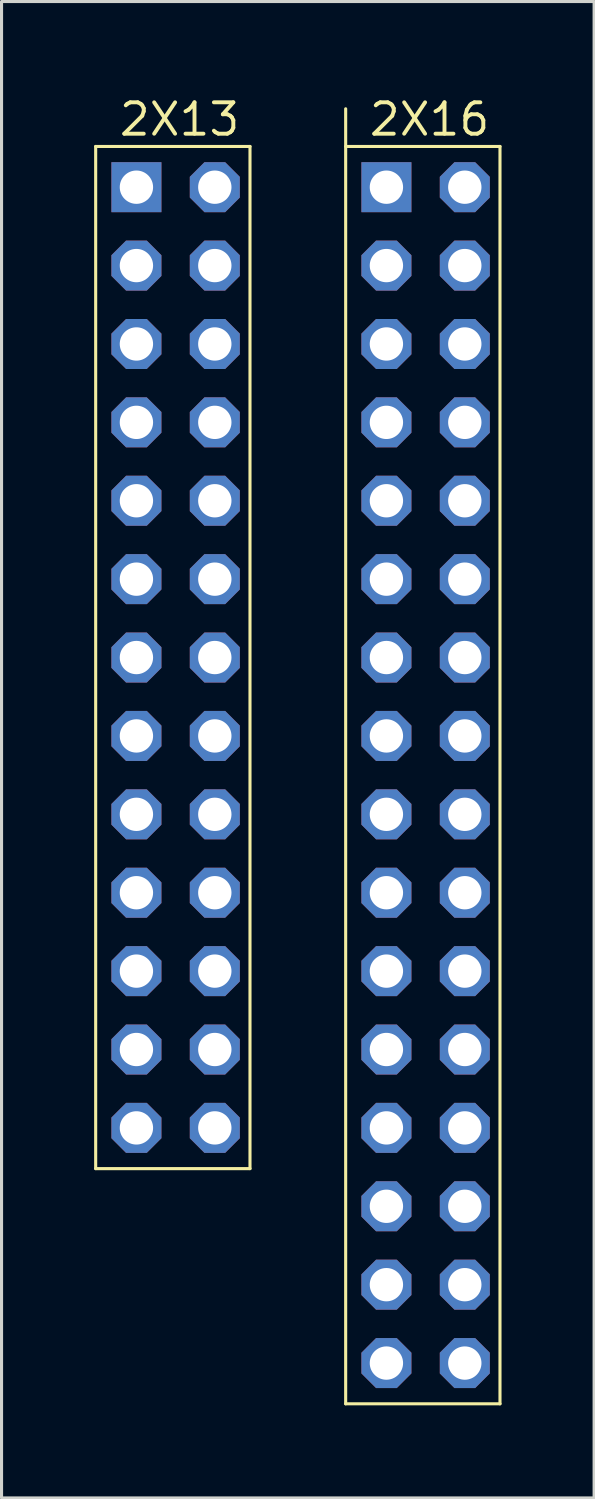
<source format=kicad_pcb>
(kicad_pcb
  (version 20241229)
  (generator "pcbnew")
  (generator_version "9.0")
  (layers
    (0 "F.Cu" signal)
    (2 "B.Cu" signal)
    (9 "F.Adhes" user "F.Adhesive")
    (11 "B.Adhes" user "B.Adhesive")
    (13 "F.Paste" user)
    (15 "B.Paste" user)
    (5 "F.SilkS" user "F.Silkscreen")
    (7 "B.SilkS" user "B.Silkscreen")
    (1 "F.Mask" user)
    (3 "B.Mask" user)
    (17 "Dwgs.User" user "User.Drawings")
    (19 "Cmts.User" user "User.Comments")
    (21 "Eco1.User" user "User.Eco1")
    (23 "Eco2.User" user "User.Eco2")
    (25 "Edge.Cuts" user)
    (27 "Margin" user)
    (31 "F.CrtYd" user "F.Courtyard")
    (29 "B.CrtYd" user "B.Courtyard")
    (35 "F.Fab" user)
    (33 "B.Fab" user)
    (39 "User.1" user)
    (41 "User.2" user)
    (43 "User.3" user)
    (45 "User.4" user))
  (footprint "2X13"
    (layer "F.Cu")
    (at 1.37 3.015)
    (property "Reference" "2X13" (at 1.398 -2.197 0) (layer "F.SilkS") (effects (font (size 1.016 1.016) (thickness 0.127))))
    (attr through_hole)
    (fp_line (start -1.32 -1.32) (end -1.32 31.8) (stroke (width 0.1) (type default)) (layer "F.SilkS"))
    (fp_line (start -1.32 -1.32) (end 3.68 -1.32) (stroke (width 0.1) (type default)) (layer "F.SilkS"))
    (fp_line (start -1.32 31.8) (end 3.68 31.8) (stroke (width 0.1) (type default)) (layer "F.SilkS"))
    (fp_line (start 3.68 -1.32) (end 3.68 31.8) (stroke (width 0.1) (type default)) (layer "F.SilkS"))
    (pad "1" thru_hole rect (at 0 0) (size 1.62 1.62) (drill 1.08) (layers "*.Cu" "*.Mask"))
    (pad "2" thru_hole roundrect (at 0 2.54) (size 1.62 1.62) (drill 1.08) (layers "*.Cu" "*.Mask") (roundrect_rratio 0.25) (chamfer_ratio 0.293) (chamfer top_left top_right bottom_left bottom_right))
    (pad "3" thru_hole roundrect (at 0 5.08) (size 1.62 1.62) (drill 1.08) (layers "*.Cu" "*.Mask") (roundrect_rratio 0.25) (chamfer_ratio 0.293) (chamfer top_left top_right bottom_left bottom_right))
    (pad "4" thru_hole roundrect (at 0 7.62) (size 1.62 1.62) (drill 1.08) (layers "*.Cu" "*.Mask") (roundrect_rratio 0.25) (chamfer_ratio 0.293) (chamfer top_left top_right bottom_left bottom_right))
    (pad "5" thru_hole roundrect (at 0 10.16) (size 1.62 1.62) (drill 1.08) (layers "*.Cu" "*.Mask") (roundrect_rratio 0.25) (chamfer_ratio 0.293) (chamfer top_left top_right bottom_left bottom_right))
    (pad "6" thru_hole roundrect (at 0 12.7) (size 1.62 1.62) (drill 1.08) (layers "*.Cu" "*.Mask") (roundrect_rratio 0.25) (chamfer_ratio 0.293) (chamfer top_left top_right bottom_left bottom_right))
    (pad "7" thru_hole roundrect (at 0 15.24) (size 1.62 1.62) (drill 1.08) (layers "*.Cu" "*.Mask") (roundrect_rratio 0.25) (chamfer_ratio 0.293) (chamfer top_left top_right bottom_left bottom_right))
    (pad "8" thru_hole roundrect (at 0 17.78) (size 1.62 1.62) (drill 1.08) (layers "*.Cu" "*.Mask") (roundrect_rratio 0.25) (chamfer_ratio 0.293) (chamfer top_left top_right bottom_left bottom_right))
    (pad "9" thru_hole roundrect (at 0 20.32) (size 1.62 1.62) (drill 1.08) (layers "*.Cu" "*.Mask") (roundrect_rratio 0.25) (chamfer_ratio 0.293) (chamfer top_left top_right bottom_left bottom_right))
    (pad "10" thru_hole roundrect (at 0 22.86) (size 1.62 1.62) (drill 1.08) (layers "*.Cu" "*.Mask") (roundrect_rratio 0.25) (chamfer_ratio 0.293) (chamfer top_left top_right bottom_left bottom_right))
    (pad "11" thru_hole roundrect (at 0 25.4) (size 1.62 1.62) (drill 1.08) (layers "*.Cu" "*.Mask") (roundrect_rratio 0.25) (chamfer_ratio 0.293) (chamfer top_left top_right bottom_left bottom_right))
    (pad "12" thru_hole roundrect (at 0 27.94) (size 1.62 1.62) (drill 1.08) (layers "*.Cu" "*.Mask") (roundrect_rratio 0.25) (chamfer_ratio 0.293) (chamfer top_left top_right bottom_left bottom_right))
    (pad "13" thru_hole roundrect (at 0 30.48) (size 1.62 1.62) (drill 1.08) (layers "*.Cu" "*.Mask") (roundrect_rratio 0.25) (chamfer_ratio 0.293) (chamfer top_left top_right bottom_left bottom_right))
    (pad "14" thru_hole roundrect (at 2.54 0) (size 1.62 1.62) (drill 1.08) (layers "*.Cu" "*.Mask") (roundrect_rratio 0.25) (chamfer_ratio 0.293) (chamfer top_left top_right bottom_left bottom_right))
    (pad "15" thru_hole roundrect (at 2.54 2.54) (size 1.62 1.62) (drill 1.08) (layers "*.Cu" "*.Mask") (roundrect_rratio 0.25) (chamfer_ratio 0.293) (chamfer top_left top_right bottom_left bottom_right))
    (pad "16" thru_hole roundrect (at 2.54 5.08) (size 1.62 1.62) (drill 1.08) (layers "*.Cu" "*.Mask") (roundrect_rratio 0.25) (chamfer_ratio 0.293) (chamfer top_left top_right bottom_left bottom_right))
    (pad "17" thru_hole roundrect (at 2.54 7.62) (size 1.62 1.62) (drill 1.08) (layers "*.Cu" "*.Mask") (roundrect_rratio 0.25) (chamfer_ratio 0.293) (chamfer top_left top_right bottom_left bottom_right))
    (pad "18" thru_hole roundrect (at 2.54 10.16) (size 1.62 1.62) (drill 1.08) (layers "*.Cu" "*.Mask") (roundrect_rratio 0.25) (chamfer_ratio 0.293) (chamfer top_left top_right bottom_left bottom_right))
    (pad "19" thru_hole roundrect (at 2.54 12.7) (size 1.62 1.62) (drill 1.08) (layers "*.Cu" "*.Mask") (roundrect_rratio 0.25) (chamfer_ratio 0.293) (chamfer top_left top_right bottom_left bottom_right))
    (pad "20" thru_hole roundrect (at 2.54 15.24) (size 1.62 1.62) (drill 1.08) (layers "*.Cu" "*.Mask") (roundrect_rratio 0.25) (chamfer_ratio 0.293) (chamfer top_left top_right bottom_left bottom_right))
    (pad "21" thru_hole roundrect (at 2.54 17.78) (size 1.62 1.62) (drill 1.08) (layers "*.Cu" "*.Mask") (roundrect_rratio 0.25) (chamfer_ratio 0.293) (chamfer top_left top_right bottom_left bottom_right))
    (pad "22" thru_hole roundrect (at 2.54 20.32) (size 1.62 1.62) (drill 1.08) (layers "*.Cu" "*.Mask") (roundrect_rratio 0.25) (chamfer_ratio 0.293) (chamfer top_left top_right bottom_left bottom_right))
    (pad "23" thru_hole roundrect (at 2.54 22.86) (size 1.62 1.62) (drill 1.08) (layers "*.Cu" "*.Mask") (roundrect_rratio 0.25) (chamfer_ratio 0.293) (chamfer top_left top_right bottom_left bottom_right))
    (pad "24" thru_hole roundrect (at 2.54 25.4) (size 1.62 1.62) (drill 1.08) (layers "*.Cu" "*.Mask") (roundrect_rratio 0.25) (chamfer_ratio 0.293) (chamfer top_left top_right bottom_left bottom_right))
    (pad "25" thru_hole roundrect (at 2.54 27.94) (size 1.62 1.62) (drill 1.08) (layers "*.Cu" "*.Mask") (roundrect_rratio 0.25) (chamfer_ratio 0.293) (chamfer top_left top_right bottom_left bottom_right))
    (pad "26" thru_hole roundrect (at 2.54 30.48) (size 1.62 1.62) (drill 1.08) (layers "*.Cu" "*.Mask") (roundrect_rratio 0.25) (chamfer_ratio 0.293) (chamfer top_left top_right bottom_left bottom_right)))
  (footprint "2X16"
    (layer "F.Cu")
    (at 9.47 3.015)
    (property "Reference" "2X16" (at 1.398 -2.197 0) (layer "F.SilkS") (effects (font (size 1.016 1.016) (thickness 0.127))))
    (attr through_hole)
    (fp_line (start -1.32 -2.54) (end -1.32 39.42) (stroke (width 0.1) (type default)) (layer "F.SilkS"))
    (fp_line (start -1.32 -1.32) (end 3.68 -1.32) (stroke (width 0.1) (type default)) (layer "F.SilkS"))
    (fp_line (start -1.32 39.42) (end 3.68 39.42) (stroke (width 0.1) (type default)) (layer "F.SilkS"))
    (fp_line (start 3.68 -1.32) (end 3.68 39.42) (stroke (width 0.1) (type default)) (layer "F.SilkS"))
    (pad "1" thru_hole rect (at 0 0) (size 1.62 1.62) (drill 1.08) (layers "*.Cu" "*.Mask"))
    (pad "2" thru_hole roundrect (at 0 2.54) (size 1.62 1.62) (drill 1.08) (layers "*.Cu" "*.Mask") (roundrect_rratio 0.25) (chamfer_ratio 0.293) (chamfer top_left top_right bottom_left bottom_right))
    (pad "3" thru_hole roundrect (at 0 5.08) (size 1.62 1.62) (drill 1.08) (layers "*.Cu" "*.Mask") (roundrect_rratio 0.25) (chamfer_ratio 0.293) (chamfer top_left top_right bottom_left bottom_right))
    (pad "4" thru_hole roundrect (at 0 7.62) (size 1.62 1.62) (drill 1.08) (layers "*.Cu" "*.Mask") (roundrect_rratio 0.25) (chamfer_ratio 0.293) (chamfer top_left top_right bottom_left bottom_right))
    (pad "5" thru_hole roundrect (at 0 10.16) (size 1.62 1.62) (drill 1.08) (layers "*.Cu" "*.Mask") (roundrect_rratio 0.25) (chamfer_ratio 0.293) (chamfer top_left top_right bottom_left bottom_right))
    (pad "6" thru_hole roundrect (at 0 12.7) (size 1.62 1.62) (drill 1.08) (layers "*.Cu" "*.Mask") (roundrect_rratio 0.25) (chamfer_ratio 0.293) (chamfer top_left top_right bottom_left bottom_right))
    (pad "7" thru_hole roundrect (at 0 15.24) (size 1.62 1.62) (drill 1.08) (layers "*.Cu" "*.Mask") (roundrect_rratio 0.25) (chamfer_ratio 0.293) (chamfer top_left top_right bottom_left bottom_right))
    (pad "8" thru_hole roundrect (at 0 17.78) (size 1.62 1.62) (drill 1.08) (layers "*.Cu" "*.Mask") (roundrect_rratio 0.25) (chamfer_ratio 0.293) (chamfer top_left top_right bottom_left bottom_right))
    (pad "9" thru_hole roundrect (at 0 20.32) (size 1.62 1.62) (drill 1.08) (layers "*.Cu" "*.Mask") (roundrect_rratio 0.25) (chamfer_ratio 0.293) (chamfer top_left top_right bottom_left bottom_right))
    (pad "10" thru_hole roundrect (at 0 22.86) (size 1.62 1.62) (drill 1.08) (layers "*.Cu" "*.Mask") (roundrect_rratio 0.25) (chamfer_ratio 0.293) (chamfer top_left top_right bottom_left bottom_right))
    (pad "11" thru_hole roundrect (at 0 25.4) (size 1.62 1.62) (drill 1.08) (layers "*.Cu" "*.Mask") (roundrect_rratio 0.25) (chamfer_ratio 0.293) (chamfer top_left top_right bottom_left bottom_right))
    (pad "12" thru_hole roundrect (at 0 27.94) (size 1.62 1.62) (drill 1.08) (layers "*.Cu" "*.Mask") (roundrect_rratio 0.25) (chamfer_ratio 0.293) (chamfer top_left top_right bottom_left bottom_right))
    (pad "13" thru_hole roundrect (at 0 30.48) (size 1.62 1.62) (drill 1.08) (layers "*.Cu" "*.Mask") (roundrect_rratio 0.25) (chamfer_ratio 0.293) (chamfer top_left top_right bottom_left bottom_right))
    (pad "14" thru_hole roundrect (at 0 33.02) (size 1.62 1.62) (drill 1.08) (layers "*.Cu" "*.Mask") (roundrect_rratio 0.25) (chamfer_ratio 0.293) (chamfer top_left top_right bottom_left bottom_right))
    (pad "15" thru_hole roundrect (at 0 35.56) (size 1.62 1.62) (drill 1.08) (layers "*.Cu" "*.Mask") (roundrect_rratio 0.25) (chamfer_ratio 0.293) (chamfer top_left top_right bottom_left bottom_right))
    (pad "16" thru_hole roundrect (at 0 38.1) (size 1.62 1.62) (drill 1.08) (layers "*.Cu" "*.Mask") (roundrect_rratio 0.25) (chamfer_ratio 0.293) (chamfer top_left top_right bottom_left bottom_right))
    (pad "17" thru_hole roundrect (at 2.54 0) (size 1.62 1.62) (drill 1.08) (layers "*.Cu" "*.Mask") (roundrect_rratio 0.25) (chamfer_ratio 0.293) (chamfer top_left top_right bottom_left bottom_right))
    (pad "18" thru_hole roundrect (at 2.54 2.54) (size 1.62 1.62) (drill 1.08) (layers "*.Cu" "*.Mask") (roundrect_rratio 0.25) (chamfer_ratio 0.293) (chamfer top_left top_right bottom_left bottom_right))
    (pad "19" thru_hole roundrect (at 2.54 5.08) (size 1.62 1.62) (drill 1.08) (layers "*.Cu" "*.Mask") (roundrect_rratio 0.25) (chamfer_ratio 0.293) (chamfer top_left top_right bottom_left bottom_right))
    (pad "20" thru_hole roundrect (at 2.54 7.62) (size 1.62 1.62) (drill 1.08) (layers "*.Cu" "*.Mask") (roundrect_rratio 0.25) (chamfer_ratio 0.293) (chamfer top_left top_right bottom_left bottom_right))
    (pad "21" thru_hole roundrect (at 2.54 10.16) (size 1.62 1.62) (drill 1.08) (layers "*.Cu" "*.Mask") (roundrect_rratio 0.25) (chamfer_ratio 0.293) (chamfer top_left top_right bottom_left bottom_right))
    (pad "22" thru_hole roundrect (at 2.54 12.7) (size 1.62 1.62) (drill 1.08) (layers "*.Cu" "*.Mask") (roundrect_rratio 0.25) (chamfer_ratio 0.293) (chamfer top_left top_right bottom_left bottom_right))
    (pad "23" thru_hole roundrect (at 2.54 15.24) (size 1.62 1.62) (drill 1.08) (layers "*.Cu" "*.Mask") (roundrect_rratio 0.25) (chamfer_ratio 0.293) (chamfer top_left top_right bottom_left bottom_right))
    (pad "24" thru_hole roundrect (at 2.54 17.78) (size 1.62 1.62) (drill 1.08) (layers "*.Cu" "*.Mask") (roundrect_rratio 0.25) (chamfer_ratio 0.293) (chamfer top_left top_right bottom_left bottom_right))
    (pad "25" thru_hole roundrect (at 2.54 20.32) (size 1.62 1.62) (drill 1.08) (layers "*.Cu" "*.Mask") (roundrect_rratio 0.25) (chamfer_ratio 0.293) (chamfer top_left top_right bottom_left bottom_right))
    (pad "26" thru_hole roundrect (at 2.54 22.86) (size 1.62 1.62) (drill 1.08) (layers "*.Cu" "*.Mask") (roundrect_rratio 0.25) (chamfer_ratio 0.293) (chamfer top_left top_right bottom_left bottom_right))
    (pad "27" thru_hole roundrect (at 2.54 25.4) (size 1.62 1.62) (drill 1.08) (layers "*.Cu" "*.Mask") (roundrect_rratio 0.25) (chamfer_ratio 0.293) (chamfer top_left top_right bottom_left bottom_right))
    (pad "28" thru_hole roundrect (at 2.54 27.94) (size 1.62 1.62) (drill 1.08) (layers "*.Cu" "*.Mask") (roundrect_rratio 0.25) (chamfer_ratio 0.293) (chamfer top_left top_right bottom_left bottom_right))
    (pad "29" thru_hole roundrect (at 2.54 30.48) (size 1.62 1.62) (drill 1.08) (layers "*.Cu" "*.Mask") (roundrect_rratio 0.25) (chamfer_ratio 0.293) (chamfer top_left top_right bottom_left bottom_right))
    (pad "30" thru_hole roundrect (at 2.54 33.02) (size 1.62 1.62) (drill 1.08) (layers "*.Cu" "*.Mask") (roundrect_rratio 0.25) (chamfer_ratio 0.293) (chamfer top_left top_right bottom_left bottom_right))
    (pad "31" thru_hole roundrect (at 2.54 35.56) (size 1.62 1.62) (drill 1.08) (layers "*.Cu" "*.Mask") (roundrect_rratio 0.25) (chamfer_ratio 0.293) (chamfer top_left top_right bottom_left bottom_right))
    (pad "32" thru_hole roundrect (at 2.54 38.1) (size 1.62 1.62) (drill 1.08) (layers "*.Cu" "*.Mask") (roundrect_rratio 0.25) (chamfer_ratio 0.293) (chamfer top_left top_right bottom_left bottom_right)))
  (gr_rect
    (start -3 -3)
    (end 16.2 45.485)
    (stroke (width 0.1) (type default))
    (fill no)
    (layer "Edge.Cuts")))
</source>
